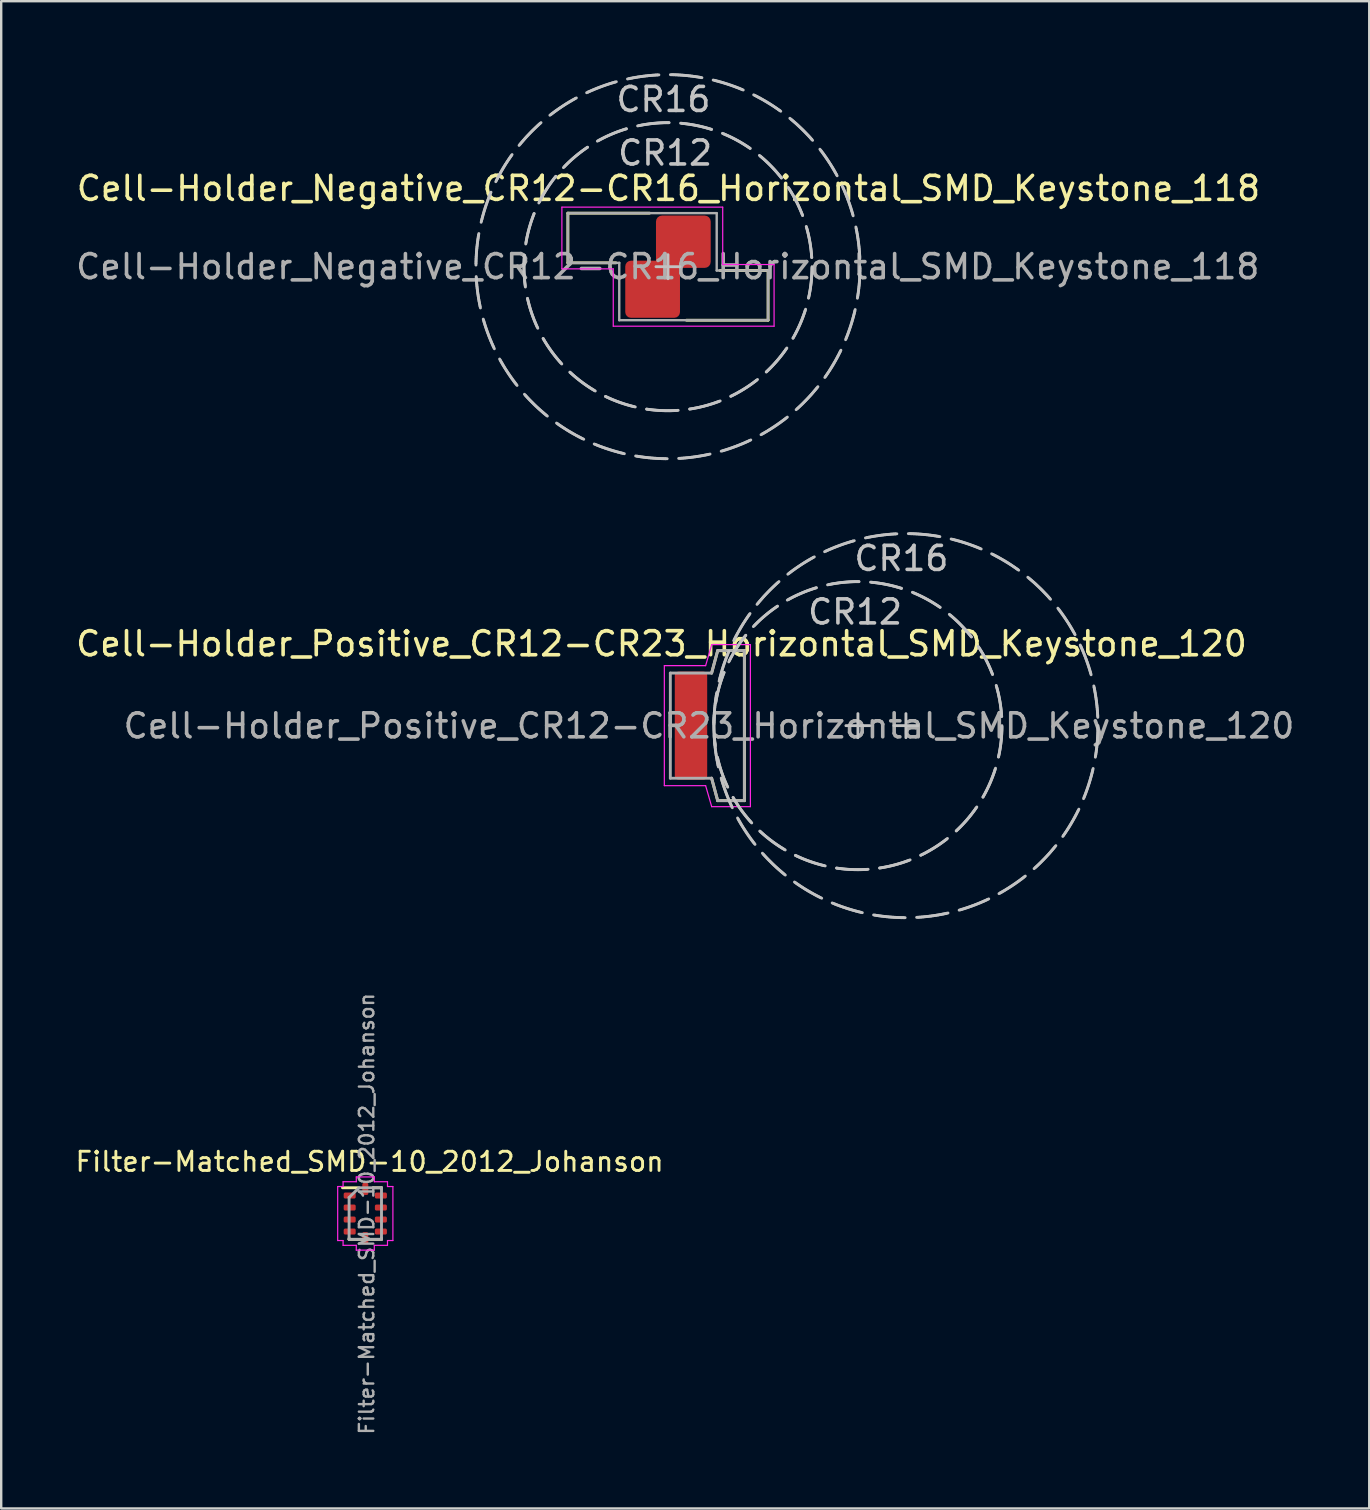
<source format=kicad_pcb>
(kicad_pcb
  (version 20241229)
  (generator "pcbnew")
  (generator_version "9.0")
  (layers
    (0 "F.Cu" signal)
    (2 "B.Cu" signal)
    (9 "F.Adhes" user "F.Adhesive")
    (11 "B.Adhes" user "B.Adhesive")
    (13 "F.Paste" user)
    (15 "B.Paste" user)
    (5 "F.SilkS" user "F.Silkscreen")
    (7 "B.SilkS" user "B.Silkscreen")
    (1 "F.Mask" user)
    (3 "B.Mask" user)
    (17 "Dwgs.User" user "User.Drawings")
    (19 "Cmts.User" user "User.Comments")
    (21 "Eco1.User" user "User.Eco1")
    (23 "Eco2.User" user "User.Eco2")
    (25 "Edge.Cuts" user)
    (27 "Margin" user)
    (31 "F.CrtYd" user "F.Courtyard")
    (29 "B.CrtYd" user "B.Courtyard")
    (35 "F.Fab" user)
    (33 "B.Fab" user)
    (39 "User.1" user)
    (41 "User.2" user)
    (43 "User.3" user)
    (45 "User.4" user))
  (footprint "Cell-Holder_Negative_CR12-CR16_Horizontal_SMD_Keystone_118"
    (layer "F.Cu")
    (at 24.778 8.06)
    (property "Reference" "Cell-Holder_Negative_CR12-CR16_Horizontal_SMD_Keystone_118" (at 0.02 -3.26 0) (unlocked yes) (layer "F.SilkS") (effects (font (size 1 1) (thickness 0.15))))
    (attr smd)
    (fp_line (start -4.17 -2.23) (end -0.77 -2.23) (stroke (width 0.12) (type default)) (layer "F.SilkS"))
    (fp_line (start -4.17 -0.16) (end -4.17 -2.23) (stroke (width 0.12) (type default)) (layer "F.SilkS"))
    (fp_line (start -4.17 -0.16) (end -2.17 -0.16) (stroke (width 0.12) (type default)) (layer "F.SilkS"))
    (fp_line (start 4.17 0.16) (end 2.17 0.16) (stroke (width 0.12) (type default)) (layer "F.SilkS"))
    (fp_line (start 4.17 0.16) (end 4.17 2.23) (stroke (width 0.12) (type default)) (layer "F.SilkS"))
    (fp_line (start 4.17 2.23) (end 0.77 2.23) (stroke (width 0.12) (type default)) (layer "F.SilkS"))
    (fp_line (start 0 -0.5) (end 0 0.5) (stroke (width 0.12) (type default)) (layer "Dwgs.User"))
    (fp_line (start 0.5 0) (end -0.5 0) (stroke (width 0.12) (type default)) (layer "Dwgs.User"))
    (fp_circle (center 0 0) (end 6 0) (stroke (width 0.12) (type dash)) (fill no) (layer "Dwgs.User"))
    (fp_circle (center 0 0) (end 8 0) (stroke (width 0.12) (type dash)) (fill no) (layer "Dwgs.User"))
    (fp_line (start -4.42 -2.48) (end 2.28 -2.48) (stroke (width 0.05) (type default)) (layer "F.CrtYd"))
    (fp_line (start -4.42 0.09) (end -4.42 -2.48) (stroke (width 0.05) (type default)) (layer "F.CrtYd"))
    (fp_line (start -2.28 0.09) (end -4.42 0.09) (stroke (width 0.05) (type default)) (layer "F.CrtYd"))
    (fp_line (start -2.28 2.48) (end -2.28 0.09) (stroke (width 0.05) (type default)) (layer "F.CrtYd"))
    (fp_line (start 2.28 -2.48) (end 2.28 -0.09) (stroke (width 0.05) (type default)) (layer "F.CrtYd"))
    (fp_line (start 2.28 -0.09) (end 4.42 -0.09) (stroke (width 0.05) (type default)) (layer "F.CrtYd"))
    (fp_line (start 4.42 -0.09) (end 4.42 2.48) (stroke (width 0.05) (type default)) (layer "F.CrtYd"))
    (fp_line (start 4.42 2.48) (end -2.28 2.48) (stroke (width 0.05) (type default)) (layer "F.CrtYd"))
    (fp_line (start -4.17 -2.23) (end 2.03 -2.23) (stroke (width 0.1) (type default)) (layer "F.Fab"))
    (fp_line (start -4.17 -0.16) (end -4.17 -2.23) (stroke (width 0.1) (type default)) (layer "F.Fab"))
    (fp_line (start -2.03 -0.16) (end -4.17 -0.16) (stroke (width 0.1) (type default)) (layer "F.Fab"))
    (fp_line (start -2.03 2.23) (end -2.03 -0.16) (stroke (width 0.1) (type default)) (layer "F.Fab"))
    (fp_line (start 2.03 -2.23) (end 2.03 0.16) (stroke (width 0.1) (type default)) (layer "F.Fab"))
    (fp_line (start 2.03 0.16) (end 4.17 0.16) (stroke (width 0.1) (type default)) (layer "F.Fab"))
    (fp_line (start 4.17 0.16) (end 4.17 2.23) (stroke (width 0.1) (type default)) (layer "F.Fab"))
    (fp_line (start 4.17 2.23) (end -2.03 2.23) (stroke (width 0.1) (type default)) (layer "F.Fab"))
    (fp_text user "CR16" (at -2.24 -6.38 0) (unlocked yes) (layer "Dwgs.User") (effects (font (size 1 1) (thickness 0.15)) (justify left bottom)))
    (fp_text user "CR12" (at -2.17 -4.15 0) (unlocked yes) (layer "Dwgs.User") (effects (font (size 1 1) (thickness 0.15)) (justify left bottom)))
    (fp_text user "${REFERENCE}" (at -0.01 0 0) (unlocked yes) (layer "F.Fab") (effects (font (size 1 1) (thickness 0.15))))
    (pad "1" smd roundrect (at -0.64 0.94) (size 2.28 2.38) (layers "F.Cu" "F.Mask" "F.Paste") (roundrect_rratio 0.105))
    (pad "1" smd roundrect (at 0.64 -1.04) (size 2.28 2.18) (layers "F.Cu" "F.Mask" "F.Paste") (roundrect_rratio 0.115)))
  (footprint "Filter-Matched_SMD-10_2012_Johanson"
    (layer "F.Cu")
    (at 12.168 47.506)
    (property "Reference" "Filter-Matched_SMD-10_2012_Johanson" (at 0.18 -2.16 0) (layer "F.SilkS") (effects (font (size 0.8 0.8) (thickness 0.12))))
    (attr smd)
    (fp_line (start -0.95 -1.075) (end -0.32 -1.075) (stroke (width 0.12) (type solid)) (layer "F.SilkS"))
    (fp_line (start -0.675 1.075) (end -0.675 1.03) (stroke (width 0.12) (type solid)) (layer "F.SilkS"))
    (fp_line (start 0.32 -1.075) (end 0.675 -1.075) (stroke (width 0.12) (type solid)) (layer "F.SilkS"))
    (fp_line (start 0.675 -1.03) (end 0.675 -1.075) (stroke (width 0.12) (type solid)) (layer "F.SilkS"))
    (fp_line (start 0.675 1.075) (end -0.675 1.075) (stroke (width 0.12) (type solid)) (layer "F.SilkS"))
    (fp_line (start 0.675 1.075) (end 0.675 1.03) (stroke (width 0.12) (type solid)) (layer "F.SilkS"))
    (fp_line (start -1.15 1.125) (end -1.15 -1.125) (stroke (width 0.05) (type solid)) (layer "F.CrtYd"))
    (fp_line (start -0.925 -1.325) (end -0.375 -1.325) (stroke (width 0.05) (type solid)) (layer "F.CrtYd"))
    (fp_line (start -0.925 -1.125) (end -1.15 -1.125) (stroke (width 0.05) (type solid)) (layer "F.CrtYd"))
    (fp_line (start -0.925 -1.125) (end -0.925 -1.325) (stroke (width 0.05) (type solid)) (layer "F.CrtYd"))
    (fp_line (start -0.925 1.125) (end -1.15 1.125) (stroke (width 0.05) (type solid)) (layer "F.CrtYd"))
    (fp_line (start -0.925 1.125) (end -0.925 1.325) (stroke (width 0.05) (type solid)) (layer "F.CrtYd"))
    (fp_line (start -0.375 -1.525) (end 0.375 -1.525) (stroke (width 0.05) (type solid)) (layer "F.CrtYd"))
    (fp_line (start -0.375 -1.325) (end -0.375 -1.525) (stroke (width 0.05) (type solid)) (layer "F.CrtYd"))
    (fp_line (start -0.375 1.325) (end -0.925 1.325) (stroke (width 0.05) (type solid)) (layer "F.CrtYd"))
    (fp_line (start -0.375 1.325) (end -0.375 1.525) (stroke (width 0.05) (type solid)) (layer "F.CrtYd"))
    (fp_line (start 0.375 -1.325) (end 0.375 -1.525) (stroke (width 0.05) (type solid)) (layer "F.CrtYd"))
    (fp_line (start 0.375 -1.325) (end 0.925 -1.325) (stroke (width 0.05) (type solid)) (layer "F.CrtYd"))
    (fp_line (start 0.375 1.325) (end 0.375 1.525) (stroke (width 0.05) (type solid)) (layer "F.CrtYd"))
    (fp_line (start 0.375 1.525) (end -0.375 1.525) (stroke (width 0.05) (type solid)) (layer "F.CrtYd"))
    (fp_line (start 0.925 -1.125) (end 0.925 -1.325) (stroke (width 0.05) (type solid)) (layer "F.CrtYd"))
    (fp_line (start 0.925 -1.125) (end 1.15 -1.125) (stroke (width 0.05) (type solid)) (layer "F.CrtYd"))
    (fp_line (start 0.925 1.125) (end 0.925 1.325) (stroke (width 0.05) (type solid)) (layer "F.CrtYd"))
    (fp_line (start 0.925 1.125) (end 1.15 1.125) (stroke (width 0.05) (type solid)) (layer "F.CrtYd"))
    (fp_line (start 0.925 1.325) (end 0.375 1.325) (stroke (width 0.05) (type solid)) (layer "F.CrtYd"))
    (fp_line (start 1.15 -1.125) (end 1.15 1.125) (stroke (width 0.05) (type solid)) (layer "F.CrtYd"))
    (fp_line (start -0.675 -0.67) (end -0.26 -1.075) (stroke (width 0.12) (type solid)) (layer "F.Fab"))
    (fp_line (start -0.675 1.075) (end -0.675 -0.67) (stroke (width 0.12) (type solid)) (layer "F.Fab"))
    (fp_line (start -0.26 -1.075) (end 0.675 -1.075) (stroke (width 0.12) (type solid)) (layer "F.Fab"))
    (fp_line (start 0.675 -1.075) (end 0.675 1.075) (stroke (width 0.12) (type solid)) (layer "F.Fab"))
    (fp_line (start 0.675 1.075) (end -0.675 1.075) (stroke (width 0.12) (type solid)) (layer "F.Fab"))
    (fp_text user "${REFERENCE}" (at 0.06 0.01 270) (layer "F.Fab") (effects (font (size 0.6 0.6) (thickness 0.1))))
    (pad "1" smd roundrect (at -0.65 -0.75) (size 0.5 0.25) (layers "F.Cu" "F.Mask" "F.Paste") (roundrect_rratio 0.25))
    (pad "2" smd roundrect (at -0.65 -0.25) (size 0.5 0.25) (layers "F.Cu" "F.Mask" "F.Paste") (roundrect_rratio 0.25))
    (pad "3" smd roundrect (at -0.65 0.25) (size 0.5 0.25) (layers "F.Cu" "F.Mask" "F.Paste") (roundrect_rratio 0.25))
    (pad "4" smd roundrect (at -0.65 0.75) (size 0.5 0.25) (layers "F.Cu" "F.Mask" "F.Paste") (roundrect_rratio 0.25))
    (pad "5" smd roundrect (at 0 1.025 90) (size 0.5 0.25) (layers "F.Cu" "F.Mask" "F.Paste") (roundrect_rratio 0.25))
    (pad "6" smd roundrect (at 0.65 0.75 180) (size 0.5 0.25) (layers "F.Cu" "F.Mask" "F.Paste") (roundrect_rratio 0.25))
    (pad "7" smd roundrect (at 0.65 0.25 180) (size 0.5 0.25) (layers "F.Cu" "F.Mask" "F.Paste") (roundrect_rratio 0.25))
    (pad "8" smd roundrect (at 0.65 -0.25 180) (size 0.5 0.25) (layers "F.Cu" "F.Mask" "F.Paste") (roundrect_rratio 0.25))
    (pad "9" smd roundrect (at 0.65 -0.75 180) (size 0.5 0.25) (layers "F.Cu" "F.Mask" "F.Paste") (roundrect_rratio 0.25))
    (pad "10" smd roundrect (at 0 -1.025 270) (size 0.5 0.25) (layers "F.Cu" "F.Mask" "F.Paste") (roundrect_rratio 0.25)))
  (footprint "Cell-Holder_Positive_CR12-CR23_Horizontal_SMD_Keystone_120"
    (layer "F.Cu")
    (at 25.736 27.18)
    (property "Reference" "Cell-Holder_Positive_CR12-CR23_Horizontal_SMD_Keystone_120" (at -1.23 -3.41 0) (unlocked yes) (layer "F.SilkS") (effects (font (size 1 1) (thickness 0.15))))
    (attr smd)
    (fp_line (start 0.86 -2.19) (end 1.113 -3.125) (stroke (width 0.12) (type default)) (layer "F.SilkS"))
    (fp_line (start 0.86 2.19) (end 1.113 3.125) (stroke (width 0.12) (type default)) (layer "F.SilkS"))
    (fp_line (start 1.113 -3.125) (end 2.225 -3.125) (stroke (width 0.12) (type default)) (layer "F.SilkS"))
    (fp_line (start 2.225 -3.125) (end 2.225 3.125) (stroke (width 0.12) (type default)) (layer "F.SilkS"))
    (fp_line (start 2.225 3.125) (end 1.113 3.125) (stroke (width 0.12) (type default)) (layer "F.SilkS"))
    (fp_line (start 6.955 -0.5) (end 6.955 0.5) (stroke (width 0.12) (type default)) (layer "Dwgs.User"))
    (fp_line (start 7.455 0) (end 6.455 0) (stroke (width 0.12) (type default)) (layer "Dwgs.User"))
    (fp_line (start 8.955 -0.5) (end 8.955 0.5) (stroke (width 0.12) (type default)) (layer "Dwgs.User"))
    (fp_line (start 9.455 0) (end 8.455 0) (stroke (width 0.12) (type default)) (layer "Dwgs.User"))
    (fp_circle (center 6.955 0) (end 12.955 0) (stroke (width 0.12) (type dash)) (fill no) (layer "Dwgs.User"))
    (fp_circle (center 8.955 0) (end 16.955 0) (stroke (width 0.12) (type dash)) (fill no) (layer "Dwgs.User"))
    (fp_line (start -1.11 -2.5) (end -1.11 2.5) (stroke (width 0.05) (type default)) (layer "F.CrtYd"))
    (fp_line (start -1.11 -2.5) (end 0.61 -2.5) (stroke (width 0.05) (type default)) (layer "F.CrtYd"))
    (fp_line (start -1.11 2.5) (end 0.61 2.5) (stroke (width 0.05) (type default)) (layer "F.CrtYd"))
    (fp_line (start 0.61 -2.5) (end 0.863 -3.375) (stroke (width 0.05) (type default)) (layer "F.CrtYd"))
    (fp_line (start 0.61 2.5) (end 0.863 3.375) (stroke (width 0.05) (type default)) (layer "F.CrtYd"))
    (fp_line (start 0.863 -3.375) (end 2.475 -3.375) (stroke (width 0.05) (type default)) (layer "F.CrtYd"))
    (fp_line (start 2.475 -3.375) (end 2.475 3.375) (stroke (width 0.05) (type default)) (layer "F.CrtYd"))
    (fp_line (start 2.475 3.375) (end 0.863 3.375) (stroke (width 0.05) (type default)) (layer "F.CrtYd"))
    (fp_line (start -0.86 -2.19) (end -0.86 2.19) (stroke (width 0.12) (type default)) (layer "F.Fab"))
    (fp_line (start -0.86 -2.19) (end 0.86 -2.19) (stroke (width 0.12) (type default)) (layer "F.Fab"))
    (fp_line (start -0.86 2.19) (end 0.86 2.19) (stroke (width 0.12) (type default)) (layer "F.Fab"))
    (fp_line (start 0.86 -2.19) (end 1.113 -3.125) (stroke (width 0.12) (type default)) (layer "F.Fab"))
    (fp_line (start 0.86 2.19) (end 1.113 3.125) (stroke (width 0.12) (type default)) (layer "F.Fab"))
    (fp_line (start 1.113 -3.125) (end 2.225 -3.125) (stroke (width 0.12) (type default)) (layer "F.Fab"))
    (fp_line (start 2.225 -3.125) (end 2.225 3.125) (stroke (width 0.12) (type default)) (layer "F.Fab"))
    (fp_line (start 2.225 3.125) (end 1.113 3.125) (stroke (width 0.12) (type default)) (layer "F.Fab"))
    (fp_text user "CR16" (at 6.715 -6.38 0) (unlocked yes) (layer "Dwgs.User") (effects (font (size 1 1) (thickness 0.15)) (justify left bottom)))
    (fp_text user "CR12" (at 4.785 -4.15 0) (unlocked yes) (layer "Dwgs.User") (effects (font (size 1 1) (thickness 0.15)) (justify left bottom)))
    (fp_text user "${REFERENCE}" (at 0.75 0.01 0) (unlocked yes) (layer "F.Fab") (effects (font (size 1 1) (thickness 0.15))))
    (pad "1" smd roundrect (at 0 0) (size 1.35 4.5) (layers "F.Cu" "F.Mask" "F.Paste") (roundrect_rratio 0.115)))
  (gr_rect
    (start -3 -3)
    (end 53.992 59.791)
    (stroke (width 0.1) (type default))
    (fill no)
    (layer "Edge.Cuts")))
</source>
